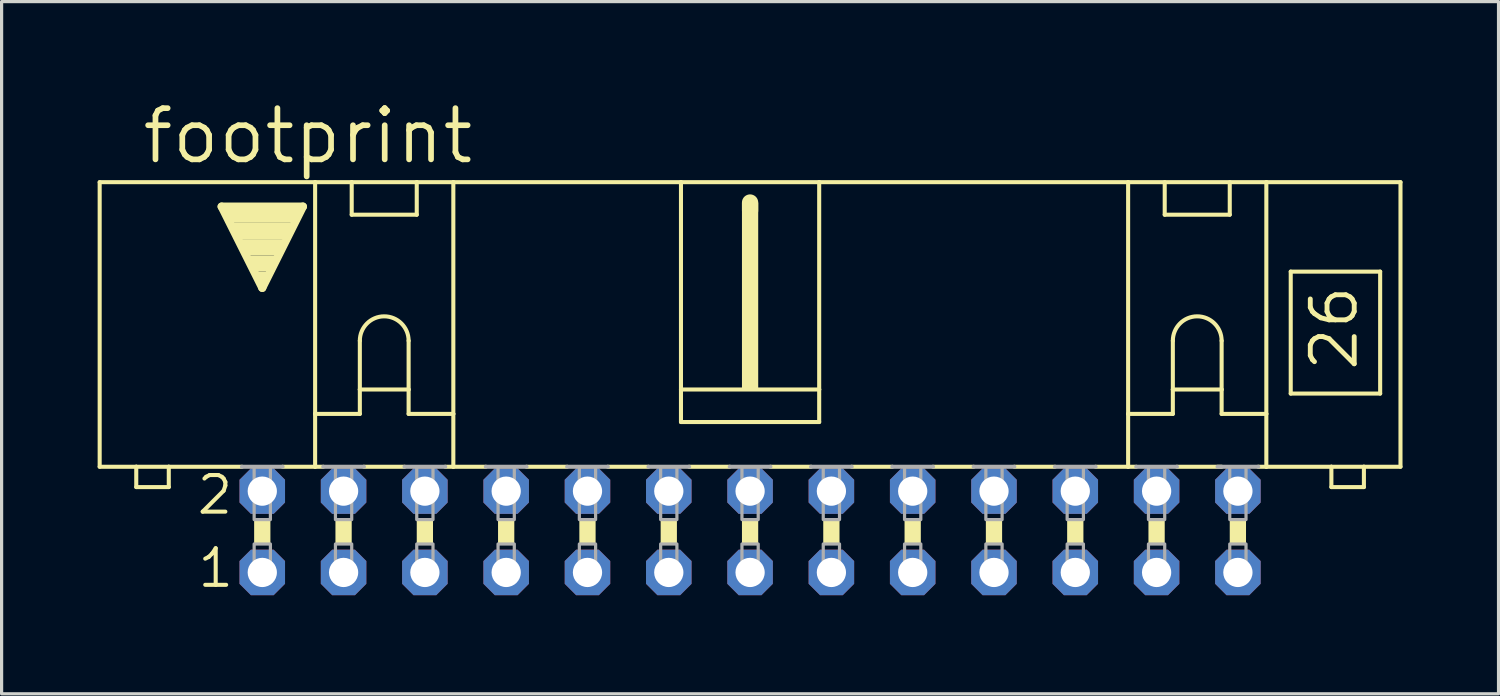
<source format=kicad_pcb>
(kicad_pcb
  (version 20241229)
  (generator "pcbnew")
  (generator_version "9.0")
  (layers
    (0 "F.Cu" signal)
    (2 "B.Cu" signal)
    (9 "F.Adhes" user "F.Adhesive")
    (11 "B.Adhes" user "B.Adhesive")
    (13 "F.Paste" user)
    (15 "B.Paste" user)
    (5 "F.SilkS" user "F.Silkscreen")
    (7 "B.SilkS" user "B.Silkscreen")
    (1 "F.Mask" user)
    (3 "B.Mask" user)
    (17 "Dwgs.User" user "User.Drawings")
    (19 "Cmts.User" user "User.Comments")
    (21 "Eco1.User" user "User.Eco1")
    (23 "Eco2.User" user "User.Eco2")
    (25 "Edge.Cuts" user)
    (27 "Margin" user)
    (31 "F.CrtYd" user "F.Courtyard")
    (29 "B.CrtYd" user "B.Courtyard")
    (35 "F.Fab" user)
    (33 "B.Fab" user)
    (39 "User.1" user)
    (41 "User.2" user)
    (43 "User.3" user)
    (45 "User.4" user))
  (footprint "footprint"
    (layer "F.Cu")
    (at 20.384 13.564)
    (property "Reference" "footprint" (at -19.075 -11.43 0) (layer "F.SilkS") (effects (font (size 1.6 1.6) (thickness 0.178)) (justify left bottom)))
    (fp_line (start -20.32 -2.032) (end -20.32 -10.922) (stroke (width 0.127) (type solid)) (layer "F.SilkS"))
    (fp_line (start -20.32 -2.032) (end -19.177 -2.032) (stroke (width 0.127) (type solid)) (layer "F.SilkS"))
    (fp_line (start -19.177 -2.032) (end -19.177 -1.397) (stroke (width 0.127) (type solid)) (layer "F.SilkS"))
    (fp_line (start -19.177 -2.032) (end -18.161 -2.032) (stroke (width 0.127) (type solid)) (layer "F.SilkS"))
    (fp_line (start -18.161 -2.032) (end -15.875 -2.032) (stroke (width 0.127) (type solid)) (layer "F.SilkS"))
    (fp_line (start -18.161 -1.397) (end -19.177 -1.397) (stroke (width 0.127) (type solid)) (layer "F.SilkS"))
    (fp_line (start -18.161 -1.397) (end -18.161 -2.032) (stroke (width 0.127) (type solid)) (layer "F.SilkS"))
    (fp_line (start -16.51 -10.16) (end -13.97 -10.16) (stroke (width 0.254) (type solid)) (layer "F.SilkS"))
    (fp_line (start -15.24 -7.62) (end -16.51 -10.16) (stroke (width 0.254) (type solid)) (layer "F.SilkS"))
    (fp_line (start -14.605 -2.032) (end -13.589 -2.032) (stroke (width 0.127) (type solid)) (layer "F.SilkS"))
    (fp_line (start -13.97 -10.16) (end -15.24 -7.62) (stroke (width 0.254) (type solid)) (layer "F.SilkS"))
    (fp_line (start -13.589 -10.922) (end -20.32 -10.922) (stroke (width 0.127) (type solid)) (layer "F.SilkS"))
    (fp_line (start -13.589 -10.922) (end -12.446 -10.922) (stroke (width 0.127) (type solid)) (layer "F.SilkS"))
    (fp_line (start -13.589 -3.683) (end -13.589 -10.922) (stroke (width 0.127) (type solid)) (layer "F.SilkS"))
    (fp_line (start -13.589 -3.683) (end -13.589 -2.032) (stroke (width 0.127) (type solid)) (layer "F.SilkS"))
    (fp_line (start -13.589 -3.683) (end -12.192 -3.683) (stroke (width 0.127) (type solid)) (layer "F.SilkS"))
    (fp_line (start -13.589 -2.032) (end -13.335 -2.032) (stroke (width 0.127) (type solid)) (layer "F.SilkS"))
    (fp_line (start -12.446 -10.922) (end -10.414 -10.922) (stroke (width 0.127) (type solid)) (layer "F.SilkS"))
    (fp_line (start -12.446 -9.906) (end -12.446 -10.922) (stroke (width 0.127) (type solid)) (layer "F.SilkS"))
    (fp_line (start -12.446 -9.906) (end -10.414 -9.906) (stroke (width 0.127) (type solid)) (layer "F.SilkS"))
    (fp_line (start -12.192 -5.969) (end -12.192 -4.445) (stroke (width 0.127) (type solid)) (layer "F.SilkS"))
    (fp_line (start -12.192 -4.445) (end -12.192 -3.683) (stroke (width 0.127) (type solid)) (layer "F.SilkS"))
    (fp_line (start -12.192 -4.445) (end -10.668 -4.445) (stroke (width 0.127) (type solid)) (layer "F.SilkS"))
    (fp_line (start -12.065 -2.032) (end -10.795 -2.032) (stroke (width 0.127) (type solid)) (layer "F.SilkS"))
    (fp_line (start -10.668 -5.969) (end -10.668 -4.445) (stroke (width 0.127) (type solid)) (layer "F.SilkS"))
    (fp_line (start -10.668 -4.445) (end -10.668 -3.683) (stroke (width 0.127) (type solid)) (layer "F.SilkS"))
    (fp_line (start -10.668 -3.683) (end -9.271 -3.683) (stroke (width 0.127) (type solid)) (layer "F.SilkS"))
    (fp_line (start -10.414 -10.922) (end -10.414 -9.906) (stroke (width 0.127) (type solid)) (layer "F.SilkS"))
    (fp_line (start -10.414 -10.922) (end -9.271 -10.922) (stroke (width 0.127) (type solid)) (layer "F.SilkS"))
    (fp_line (start -9.271 -10.922) (end -2.159 -10.922) (stroke (width 0.127) (type solid)) (layer "F.SilkS"))
    (fp_line (start -9.271 -3.683) (end -9.271 -10.922) (stroke (width 0.127) (type solid)) (layer "F.SilkS"))
    (fp_line (start -9.271 -3.683) (end -9.271 -2.032) (stroke (width 0.127) (type solid)) (layer "F.SilkS"))
    (fp_line (start -9.271 -2.032) (end -9.525 -2.032) (stroke (width 0.127) (type solid)) (layer "F.SilkS"))
    (fp_line (start -9.271 -2.032) (end -8.255 -2.032) (stroke (width 0.127) (type solid)) (layer "F.SilkS"))
    (fp_line (start -6.985 -2.032) (end -5.715 -2.032) (stroke (width 0.127) (type solid)) (layer "F.SilkS"))
    (fp_line (start -4.445 -2.032) (end -3.175 -2.032) (stroke (width 0.127) (type solid)) (layer "F.SilkS"))
    (fp_line (start -2.159 -10.922) (end -2.159 -4.445) (stroke (width 0.127) (type solid)) (layer "F.SilkS"))
    (fp_line (start -2.159 -10.922) (end 2.159 -10.922) (stroke (width 0.127) (type solid)) (layer "F.SilkS"))
    (fp_line (start -2.159 -4.445) (end -2.159 -3.429) (stroke (width 0.127) (type solid)) (layer "F.SilkS"))
    (fp_line (start -1.905 -2.032) (end -0.635 -2.032) (stroke (width 0.127) (type solid)) (layer "F.SilkS"))
    (fp_line (start 0 -10.033) (end 0 -10.287) (stroke (width 0.508) (type solid)) (layer "F.SilkS"))
    (fp_line (start 0.635 -2.032) (end 1.905 -2.032) (stroke (width 0.127) (type solid)) (layer "F.SilkS"))
    (fp_line (start 2.159 -10.922) (end 2.159 -4.445) (stroke (width 0.127) (type solid)) (layer "F.SilkS"))
    (fp_line (start 2.159 -10.922) (end 11.811 -10.922) (stroke (width 0.127) (type solid)) (layer "F.SilkS"))
    (fp_line (start 2.159 -4.445) (end -2.159 -4.445) (stroke (width 0.127) (type solid)) (layer "F.SilkS"))
    (fp_line (start 2.159 -4.445) (end 2.159 -3.429) (stroke (width 0.127) (type solid)) (layer "F.SilkS"))
    (fp_line (start 2.159 -3.429) (end -2.159 -3.429) (stroke (width 0.127) (type solid)) (layer "F.SilkS"))
    (fp_line (start 3.175 -2.032) (end 4.445 -2.032) (stroke (width 0.127) (type solid)) (layer "F.SilkS"))
    (fp_line (start 5.715 -2.032) (end 6.985 -2.032) (stroke (width 0.127) (type solid)) (layer "F.SilkS"))
    (fp_line (start 8.255 -2.032) (end 9.525 -2.032) (stroke (width 0.127) (type solid)) (layer "F.SilkS"))
    (fp_line (start 10.795 -2.032) (end 11.811 -2.032) (stroke (width 0.127) (type solid)) (layer "F.SilkS"))
    (fp_line (start 11.811 -10.922) (end 16.129 -10.922) (stroke (width 0.127) (type solid)) (layer "F.SilkS"))
    (fp_line (start 11.811 -3.683) (end 11.811 -10.922) (stroke (width 0.127) (type solid)) (layer "F.SilkS"))
    (fp_line (start 11.811 -3.683) (end 11.811 -2.032) (stroke (width 0.127) (type solid)) (layer "F.SilkS"))
    (fp_line (start 11.811 -3.683) (end 13.208 -3.683) (stroke (width 0.127) (type solid)) (layer "F.SilkS"))
    (fp_line (start 11.811 -2.032) (end 12.065 -2.032) (stroke (width 0.127) (type solid)) (layer "F.SilkS"))
    (fp_line (start 12.954 -9.906) (end 12.954 -10.922) (stroke (width 0.127) (type solid)) (layer "F.SilkS"))
    (fp_line (start 12.954 -9.906) (end 14.986 -9.906) (stroke (width 0.127) (type solid)) (layer "F.SilkS"))
    (fp_line (start 13.208 -5.969) (end 13.208 -4.445) (stroke (width 0.127) (type solid)) (layer "F.SilkS"))
    (fp_line (start 13.208 -4.445) (end 13.208 -3.683) (stroke (width 0.127) (type solid)) (layer "F.SilkS"))
    (fp_line (start 13.208 -4.445) (end 14.732 -4.445) (stroke (width 0.127) (type solid)) (layer "F.SilkS"))
    (fp_line (start 13.335 -2.032) (end 14.732 -2.032) (stroke (width 0.127) (type solid)) (layer "F.SilkS"))
    (fp_line (start 14.732 -5.969) (end 14.732 -4.445) (stroke (width 0.127) (type solid)) (layer "F.SilkS"))
    (fp_line (start 14.732 -4.445) (end 14.732 -3.683) (stroke (width 0.127) (type solid)) (layer "F.SilkS"))
    (fp_line (start 14.732 -3.683) (end 16.129 -3.683) (stroke (width 0.127) (type solid)) (layer "F.SilkS"))
    (fp_line (start 14.986 -10.922) (end 14.986 -9.906) (stroke (width 0.127) (type solid)) (layer "F.SilkS"))
    (fp_line (start 16.129 -10.922) (end 20.32 -10.922) (stroke (width 0.127) (type solid)) (layer "F.SilkS"))
    (fp_line (start 16.129 -3.683) (end 16.129 -10.922) (stroke (width 0.127) (type solid)) (layer "F.SilkS"))
    (fp_line (start 16.129 -3.683) (end 16.129 -2.032) (stroke (width 0.127) (type solid)) (layer "F.SilkS"))
    (fp_line (start 16.129 -2.032) (end 15.875 -2.032) (stroke (width 0.127) (type solid)) (layer "F.SilkS"))
    (fp_line (start 16.891 -8.128) (end 16.891 -4.318) (stroke (width 0.127) (type solid)) (layer "F.SilkS"))
    (fp_line (start 16.891 -8.128) (end 19.685 -8.128) (stroke (width 0.127) (type solid)) (layer "F.SilkS"))
    (fp_line (start 16.891 -4.318) (end 19.685 -4.318) (stroke (width 0.127) (type solid)) (layer "F.SilkS"))
    (fp_line (start 18.161 -2.032) (end 16.129 -2.032) (stroke (width 0.127) (type solid)) (layer "F.SilkS"))
    (fp_line (start 18.161 -2.032) (end 18.161 -1.397) (stroke (width 0.127) (type solid)) (layer "F.SilkS"))
    (fp_line (start 19.177 -2.032) (end 18.161 -2.032) (stroke (width 0.127) (type solid)) (layer "F.SilkS"))
    (fp_line (start 19.177 -1.397) (end 18.161 -1.397) (stroke (width 0.127) (type solid)) (layer "F.SilkS"))
    (fp_line (start 19.177 -1.397) (end 19.177 -2.032) (stroke (width 0.127) (type solid)) (layer "F.SilkS"))
    (fp_line (start 19.685 -4.318) (end 19.685 -8.128) (stroke (width 0.127) (type solid)) (layer "F.SilkS"))
    (fp_line (start 20.32 -2.032) (end 19.177 -2.032) (stroke (width 0.127) (type solid)) (layer "F.SilkS"))
    (fp_line (start 20.32 -2.032) (end 20.32 -10.922) (stroke (width 0.127) (type solid)) (layer "F.SilkS"))
    (fp_arc (start -12.192 -5.969) (mid -11.43 -6.731) (end -10.668 -5.969) (stroke (width 0.127) (type solid)) (layer "F.SilkS"))
    (fp_arc (start 13.208 -5.969) (mid 13.97 -6.731) (end 14.732 -5.969) (stroke (width 0.127) (type solid)) (layer "F.SilkS"))
    (fp_poly (pts (xy -16.383 -9.652) (xy -14.097 -9.652) (xy -14.097 -10.16) (xy -16.383 -10.16)) (stroke (width 0) (type solid)) (fill yes) (layer "F.SilkS"))
    (fp_poly (pts (xy -16.129 -9.144) (xy -14.351 -9.144) (xy -14.351 -9.652) (xy -16.129 -9.652)) (stroke (width 0) (type solid)) (fill yes) (layer "F.SilkS"))
    (fp_poly (pts (xy -15.875 -8.636) (xy -14.605 -8.636) (xy -14.605 -9.144) (xy -15.875 -9.144)) (stroke (width 0) (type solid)) (fill yes) (layer "F.SilkS"))
    (fp_poly (pts (xy -15.621 -8.128) (xy -14.859 -8.128) (xy -14.859 -8.636) (xy -15.621 -8.636)) (stroke (width 0) (type solid)) (fill yes) (layer "F.SilkS"))
    (fp_poly (pts (xy -15.494 0.381) (xy -14.986 0.381) (xy -14.986 -0.381) (xy -15.494 -0.381)) (stroke (width 0) (type solid)) (fill yes) (layer "F.SilkS"))
    (fp_poly (pts (xy -15.367 -7.874) (xy -15.113 -7.874) (xy -15.113 -8.128) (xy -15.367 -8.128)) (stroke (width 0) (type solid)) (fill yes) (layer "F.SilkS"))
    (fp_poly (pts (xy -12.954 0.381) (xy -12.446 0.381) (xy -12.446 -0.381) (xy -12.954 -0.381)) (stroke (width 0) (type solid)) (fill yes) (layer "F.SilkS"))
    (fp_poly (pts (xy -10.414 0.381) (xy -9.906 0.381) (xy -9.906 -0.381) (xy -10.414 -0.381)) (stroke (width 0) (type solid)) (fill yes) (layer "F.SilkS"))
    (fp_poly (pts (xy -7.874 0.381) (xy -7.366 0.381) (xy -7.366 -0.381) (xy -7.874 -0.381)) (stroke (width 0) (type solid)) (fill yes) (layer "F.SilkS"))
    (fp_poly (pts (xy -5.334 0.381) (xy -4.826 0.381) (xy -4.826 -0.381) (xy -5.334 -0.381)) (stroke (width 0) (type solid)) (fill yes) (layer "F.SilkS"))
    (fp_poly (pts (xy -2.794 0.381) (xy -2.286 0.381) (xy -2.286 -0.381) (xy -2.794 -0.381)) (stroke (width 0) (type solid)) (fill yes) (layer "F.SilkS"))
    (fp_poly (pts (xy -0.254 -4.445) (xy 0.254 -4.445) (xy 0.254 -10.287) (xy -0.254 -10.287)) (stroke (width 0) (type solid)) (fill yes) (layer "F.SilkS"))
    (fp_poly (pts (xy -0.254 0.381) (xy 0.254 0.381) (xy 0.254 -0.381) (xy -0.254 -0.381)) (stroke (width 0) (type solid)) (fill yes) (layer "F.SilkS"))
    (fp_poly (pts (xy 2.286 0.381) (xy 2.794 0.381) (xy 2.794 -0.381) (xy 2.286 -0.381)) (stroke (width 0) (type solid)) (fill yes) (layer "F.SilkS"))
    (fp_poly (pts (xy 4.826 0.381) (xy 5.334 0.381) (xy 5.334 -0.381) (xy 4.826 -0.381)) (stroke (width 0) (type solid)) (fill yes) (layer "F.SilkS"))
    (fp_poly (pts (xy 7.366 0.381) (xy 7.874 0.381) (xy 7.874 -0.381) (xy 7.366 -0.381)) (stroke (width 0) (type solid)) (fill yes) (layer "F.SilkS"))
    (fp_poly (pts (xy 9.906 0.381) (xy 10.414 0.381) (xy 10.414 -0.381) (xy 9.906 -0.381)) (stroke (width 0) (type solid)) (fill yes) (layer "F.SilkS"))
    (fp_poly (pts (xy 12.446 0.381) (xy 12.954 0.381) (xy 12.954 -0.381) (xy 12.446 -0.381)) (stroke (width 0) (type solid)) (fill yes) (layer "F.SilkS"))
    (fp_poly (pts (xy 14.986 0.381) (xy 15.494 0.381) (xy 15.494 -0.381) (xy 14.986 -0.381)) (stroke (width 0) (type solid)) (fill yes) (layer "F.SilkS"))
    (fp_line (start -15.875 -2.032) (end -14.605 -2.032) (stroke (width 0.127) (type solid)) (layer "F.Fab"))
    (fp_line (start -13.335 -2.032) (end -12.065 -2.032) (stroke (width 0.127) (type solid)) (layer "F.Fab"))
    (fp_line (start -10.795 -2.032) (end -9.525 -2.032) (stroke (width 0.127) (type solid)) (layer "F.Fab"))
    (fp_line (start -8.255 -2.032) (end -6.985 -2.032) (stroke (width 0.127) (type solid)) (layer "F.Fab"))
    (fp_line (start -4.445 -2.032) (end -5.715 -2.032) (stroke (width 0.127) (type solid)) (layer "F.Fab"))
    (fp_line (start -1.905 -2.032) (end -3.175 -2.032) (stroke (width 0.127) (type solid)) (layer "F.Fab"))
    (fp_line (start 0.635 -2.032) (end -0.635 -2.032) (stroke (width 0.127) (type solid)) (layer "F.Fab"))
    (fp_line (start 3.175 -2.032) (end 1.905 -2.032) (stroke (width 0.127) (type solid)) (layer "F.Fab"))
    (fp_line (start 5.715 -2.032) (end 4.445 -2.032) (stroke (width 0.127) (type solid)) (layer "F.Fab"))
    (fp_line (start 8.255 -2.032) (end 6.985 -2.032) (stroke (width 0.127) (type solid)) (layer "F.Fab"))
    (fp_line (start 10.795 -2.032) (end 9.525 -2.032) (stroke (width 0.127) (type solid)) (layer "F.Fab"))
    (fp_line (start 13.335 -2.032) (end 12.065 -2.032) (stroke (width 0.127) (type solid)) (layer "F.Fab"))
    (fp_line (start 15.875 -2.032) (end 14.605 -2.032) (stroke (width 0.127) (type solid)) (layer "F.Fab"))
    (fp_poly (pts (xy -15.494 -0.381) (xy -14.986 -0.381) (xy -14.986 -2.032) (xy -15.494 -2.032)) (stroke (width 0.1) (type solid)) (fill no) (layer "F.Fab"))
    (fp_poly (pts (xy -15.494 1.524) (xy -14.986 1.524) (xy -14.986 0.381) (xy -15.494 0.381)) (stroke (width 0.1) (type solid)) (fill no) (layer "F.Fab"))
    (fp_poly (pts (xy -12.954 -0.381) (xy -12.446 -0.381) (xy -12.446 -2.032) (xy -12.954 -2.032)) (stroke (width 0.1) (type solid)) (fill no) (layer "F.Fab"))
    (fp_poly (pts (xy -12.954 1.524) (xy -12.446 1.524) (xy -12.446 0.381) (xy -12.954 0.381)) (stroke (width 0.1) (type solid)) (fill no) (layer "F.Fab"))
    (fp_poly (pts (xy -10.414 -0.381) (xy -9.906 -0.381) (xy -9.906 -2.032) (xy -10.414 -2.032)) (stroke (width 0.1) (type solid)) (fill no) (layer "F.Fab"))
    (fp_poly (pts (xy -10.414 1.524) (xy -9.906 1.524) (xy -9.906 0.381) (xy -10.414 0.381)) (stroke (width 0.1) (type solid)) (fill no) (layer "F.Fab"))
    (fp_poly (pts (xy -7.874 -0.381) (xy -7.366 -0.381) (xy -7.366 -2.032) (xy -7.874 -2.032)) (stroke (width 0.1) (type solid)) (fill no) (layer "F.Fab"))
    (fp_poly (pts (xy -7.874 1.524) (xy -7.366 1.524) (xy -7.366 0.381) (xy -7.874 0.381)) (stroke (width 0.1) (type solid)) (fill no) (layer "F.Fab"))
    (fp_poly (pts (xy -5.334 -0.381) (xy -4.826 -0.381) (xy -4.826 -2.032) (xy -5.334 -2.032)) (stroke (width 0.1) (type solid)) (fill no) (layer "F.Fab"))
    (fp_poly (pts (xy -5.334 1.524) (xy -4.826 1.524) (xy -4.826 0.381) (xy -5.334 0.381)) (stroke (width 0.1) (type solid)) (fill no) (layer "F.Fab"))
    (fp_poly (pts (xy -2.794 -0.381) (xy -2.286 -0.381) (xy -2.286 -2.032) (xy -2.794 -2.032)) (stroke (width 0.1) (type solid)) (fill no) (layer "F.Fab"))
    (fp_poly (pts (xy -2.794 1.524) (xy -2.286 1.524) (xy -2.286 0.381) (xy -2.794 0.381)) (stroke (width 0.1) (type solid)) (fill no) (layer "F.Fab"))
    (fp_poly (pts (xy -0.254 -0.381) (xy 0.254 -0.381) (xy 0.254 -2.032) (xy -0.254 -2.032)) (stroke (width 0.1) (type solid)) (fill no) (layer "F.Fab"))
    (fp_poly (pts (xy -0.254 1.524) (xy 0.254 1.524) (xy 0.254 0.381) (xy -0.254 0.381)) (stroke (width 0.1) (type solid)) (fill no) (layer "F.Fab"))
    (fp_poly (pts (xy 2.286 -0.381) (xy 2.794 -0.381) (xy 2.794 -2.032) (xy 2.286 -2.032)) (stroke (width 0.1) (type solid)) (fill no) (layer "F.Fab"))
    (fp_poly (pts (xy 2.286 1.524) (xy 2.794 1.524) (xy 2.794 0.381) (xy 2.286 0.381)) (stroke (width 0.1) (type solid)) (fill no) (layer "F.Fab"))
    (fp_poly (pts (xy 4.826 -0.381) (xy 5.334 -0.381) (xy 5.334 -2.032) (xy 4.826 -2.032)) (stroke (width 0.1) (type solid)) (fill no) (layer "F.Fab"))
    (fp_poly (pts (xy 4.826 1.524) (xy 5.334 1.524) (xy 5.334 0.381) (xy 4.826 0.381)) (stroke (width 0.1) (type solid)) (fill no) (layer "F.Fab"))
    (fp_poly (pts (xy 7.366 -0.381) (xy 7.874 -0.381) (xy 7.874 -2.032) (xy 7.366 -2.032)) (stroke (width 0.1) (type solid)) (fill no) (layer "F.Fab"))
    (fp_poly (pts (xy 7.366 1.524) (xy 7.874 1.524) (xy 7.874 0.381) (xy 7.366 0.381)) (stroke (width 0.1) (type solid)) (fill no) (layer "F.Fab"))
    (fp_poly (pts (xy 9.906 -0.381) (xy 10.414 -0.381) (xy 10.414 -2.032) (xy 9.906 -2.032)) (stroke (width 0.1) (type solid)) (fill no) (layer "F.Fab"))
    (fp_poly (pts (xy 9.906 1.524) (xy 10.414 1.524) (xy 10.414 0.381) (xy 9.906 0.381)) (stroke (width 0.1) (type solid)) (fill no) (layer "F.Fab"))
    (fp_poly (pts (xy 12.446 -0.381) (xy 12.954 -0.381) (xy 12.954 -2.032) (xy 12.446 -2.032)) (stroke (width 0.1) (type solid)) (fill no) (layer "F.Fab"))
    (fp_poly (pts (xy 12.446 1.524) (xy 12.954 1.524) (xy 12.954 0.381) (xy 12.446 0.381)) (stroke (width 0.1) (type solid)) (fill no) (layer "F.Fab"))
    (fp_poly (pts (xy 14.986 -0.381) (xy 15.494 -0.381) (xy 15.494 -2.032) (xy 14.986 -2.032)) (stroke (width 0.1) (type solid)) (fill no) (layer "F.Fab"))
    (fp_poly (pts (xy 14.986 1.524) (xy 15.494 1.524) (xy 15.494 0.381) (xy 14.986 0.381)) (stroke (width 0.1) (type solid)) (fill no) (layer "F.Fab"))
    (fp_text user "2" (at -17.348 -0.483 0) (layer "F.SilkS") (effects (font (size 1.143 1.143) (thickness 0.127)) (justify left bottom)))
    (fp_text user "26" (at 19.05 -4.953 90) (layer "F.SilkS") (effects (font (size 1.372 1.372) (thickness 0.152)) (justify left bottom)))
    (fp_text user "1" (at -17.323 1.803 0) (layer "F.SilkS") (effects (font (size 1.143 1.143) (thickness 0.127)) (justify left bottom)))
    (pad "1" thru_hole roundrect (at -15.24 1.27) (size 1.422 1.422) (drill 0.914) (layers "*.Cu" "*.Mask") (roundrect_rratio 0.25) (chamfer_ratio 0.25) (chamfer top_left top_right bottom_left bottom_right))
    (pad "2" thru_hole roundrect (at -15.24 -1.27) (size 1.422 1.422) (drill 0.914) (layers "*.Cu" "*.Mask") (roundrect_rratio 0.25) (chamfer_ratio 0.25) (chamfer top_left top_right bottom_left bottom_right))
    (pad "3" thru_hole roundrect (at -12.7 1.27) (size 1.422 1.422) (drill 0.914) (layers "*.Cu" "*.Mask") (roundrect_rratio 0.25) (chamfer_ratio 0.25) (chamfer top_left top_right bottom_left bottom_right))
    (pad "4" thru_hole roundrect (at -12.7 -1.27) (size 1.422 1.422) (drill 0.914) (layers "*.Cu" "*.Mask") (roundrect_rratio 0.25) (chamfer_ratio 0.25) (chamfer top_left top_right bottom_left bottom_right))
    (pad "5" thru_hole roundrect (at -10.16 1.27) (size 1.422 1.422) (drill 0.914) (layers "*.Cu" "*.Mask") (roundrect_rratio 0.25) (chamfer_ratio 0.25) (chamfer top_left top_right bottom_left bottom_right))
    (pad "6" thru_hole roundrect (at -10.16 -1.27) (size 1.422 1.422) (drill 0.914) (layers "*.Cu" "*.Mask") (roundrect_rratio 0.25) (chamfer_ratio 0.25) (chamfer top_left top_right bottom_left bottom_right))
    (pad "7" thru_hole roundrect (at -7.62 1.27) (size 1.422 1.422) (drill 0.914) (layers "*.Cu" "*.Mask") (roundrect_rratio 0.25) (chamfer_ratio 0.25) (chamfer top_left top_right bottom_left bottom_right))
    (pad "8" thru_hole roundrect (at -7.62 -1.27) (size 1.422 1.422) (drill 0.914) (layers "*.Cu" "*.Mask") (roundrect_rratio 0.25) (chamfer_ratio 0.25) (chamfer top_left top_right bottom_left bottom_right))
    (pad "9" thru_hole roundrect (at -5.08 1.27) (size 1.422 1.422) (drill 0.914) (layers "*.Cu" "*.Mask") (roundrect_rratio 0.25) (chamfer_ratio 0.25) (chamfer top_left top_right bottom_left bottom_right))
    (pad "10" thru_hole roundrect (at -5.08 -1.27) (size 1.422 1.422) (drill 0.914) (layers "*.Cu" "*.Mask") (roundrect_rratio 0.25) (chamfer_ratio 0.25) (chamfer top_left top_right bottom_left bottom_right))
    (pad "11" thru_hole roundrect (at -2.54 1.27) (size 1.422 1.422) (drill 0.914) (layers "*.Cu" "*.Mask") (roundrect_rratio 0.25) (chamfer_ratio 0.25) (chamfer top_left top_right bottom_left bottom_right))
    (pad "12" thru_hole roundrect (at -2.54 -1.27) (size 1.422 1.422) (drill 0.914) (layers "*.Cu" "*.Mask") (roundrect_rratio 0.25) (chamfer_ratio 0.25) (chamfer top_left top_right bottom_left bottom_right))
    (pad "13" thru_hole roundrect (at 0 1.27) (size 1.422 1.422) (drill 0.914) (layers "*.Cu" "*.Mask") (roundrect_rratio 0.25) (chamfer_ratio 0.25) (chamfer top_left top_right bottom_left bottom_right))
    (pad "14" thru_hole roundrect (at 0 -1.27) (size 1.422 1.422) (drill 0.914) (layers "*.Cu" "*.Mask") (roundrect_rratio 0.25) (chamfer_ratio 0.25) (chamfer top_left top_right bottom_left bottom_right))
    (pad "15" thru_hole roundrect (at 2.54 1.27) (size 1.422 1.422) (drill 0.914) (layers "*.Cu" "*.Mask") (roundrect_rratio 0.25) (chamfer_ratio 0.25) (chamfer top_left top_right bottom_left bottom_right))
    (pad "16" thru_hole roundrect (at 2.54 -1.27) (size 1.422 1.422) (drill 0.914) (layers "*.Cu" "*.Mask") (roundrect_rratio 0.25) (chamfer_ratio 0.25) (chamfer top_left top_right bottom_left bottom_right))
    (pad "17" thru_hole roundrect (at 5.08 1.27) (size 1.422 1.422) (drill 0.914) (layers "*.Cu" "*.Mask") (roundrect_rratio 0.25) (chamfer_ratio 0.25) (chamfer top_left top_right bottom_left bottom_right))
    (pad "18" thru_hole roundrect (at 5.08 -1.27) (size 1.422 1.422) (drill 0.914) (layers "*.Cu" "*.Mask") (roundrect_rratio 0.25) (chamfer_ratio 0.25) (chamfer top_left top_right bottom_left bottom_right))
    (pad "19" thru_hole roundrect (at 7.62 1.27) (size 1.422 1.422) (drill 0.914) (layers "*.Cu" "*.Mask") (roundrect_rratio 0.25) (chamfer_ratio 0.25) (chamfer top_left top_right bottom_left bottom_right))
    (pad "20" thru_hole roundrect (at 7.62 -1.27) (size 1.422 1.422) (drill 0.914) (layers "*.Cu" "*.Mask") (roundrect_rratio 0.25) (chamfer_ratio 0.25) (chamfer top_left top_right bottom_left bottom_right))
    (pad "21" thru_hole roundrect (at 10.16 1.27) (size 1.422 1.422) (drill 0.914) (layers "*.Cu" "*.Mask") (roundrect_rratio 0.25) (chamfer_ratio 0.25) (chamfer top_left top_right bottom_left bottom_right))
    (pad "22" thru_hole roundrect (at 10.16 -1.27) (size 1.422 1.422) (drill 0.914) (layers "*.Cu" "*.Mask") (roundrect_rratio 0.25) (chamfer_ratio 0.25) (chamfer top_left top_right bottom_left bottom_right))
    (pad "23" thru_hole roundrect (at 12.7 1.27) (size 1.422 1.422) (drill 0.914) (layers "*.Cu" "*.Mask") (roundrect_rratio 0.25) (chamfer_ratio 0.25) (chamfer top_left top_right bottom_left bottom_right))
    (pad "24" thru_hole roundrect (at 12.7 -1.27) (size 1.422 1.422) (drill 0.914) (layers "*.Cu" "*.Mask") (roundrect_rratio 0.25) (chamfer_ratio 0.25) (chamfer top_left top_right bottom_left bottom_right))
    (pad "25" thru_hole roundrect (at 15.24 1.27) (size 1.422 1.422) (drill 0.914) (layers "*.Cu" "*.Mask") (roundrect_rratio 0.25) (chamfer_ratio 0.25) (chamfer top_left top_right bottom_left bottom_right))
    (pad "26" thru_hole roundrect (at 15.24 -1.27) (size 1.422 1.422) (drill 0.914) (layers "*.Cu" "*.Mask") (roundrect_rratio 0.25) (chamfer_ratio 0.25) (chamfer top_left top_right bottom_left bottom_right)))
  (gr_rect
    (start -3 -3)
    (end 43.767 18.626)
    (stroke (width 0.1) (type default))
    (fill no)
    (layer "Edge.Cuts")))
</source>
